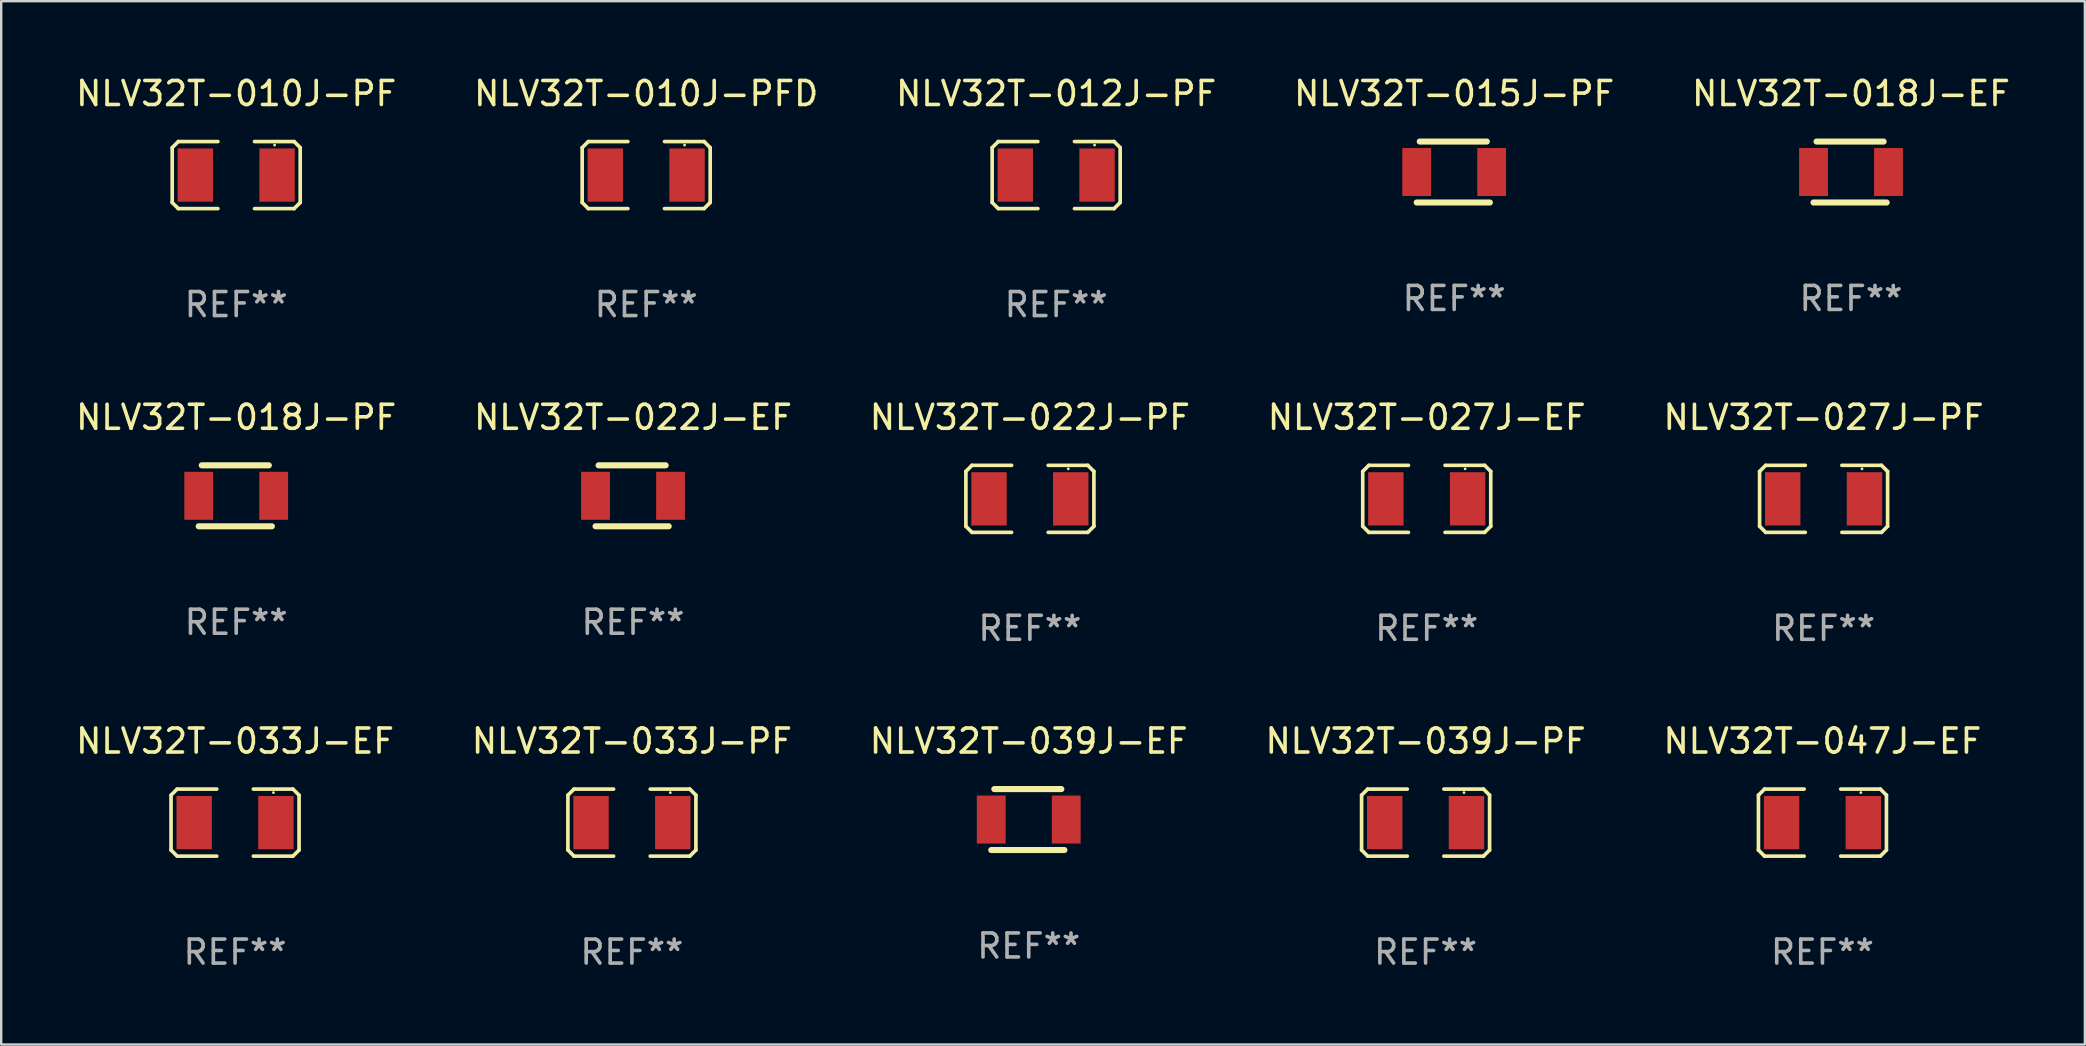
<source format=kicad_pcb>
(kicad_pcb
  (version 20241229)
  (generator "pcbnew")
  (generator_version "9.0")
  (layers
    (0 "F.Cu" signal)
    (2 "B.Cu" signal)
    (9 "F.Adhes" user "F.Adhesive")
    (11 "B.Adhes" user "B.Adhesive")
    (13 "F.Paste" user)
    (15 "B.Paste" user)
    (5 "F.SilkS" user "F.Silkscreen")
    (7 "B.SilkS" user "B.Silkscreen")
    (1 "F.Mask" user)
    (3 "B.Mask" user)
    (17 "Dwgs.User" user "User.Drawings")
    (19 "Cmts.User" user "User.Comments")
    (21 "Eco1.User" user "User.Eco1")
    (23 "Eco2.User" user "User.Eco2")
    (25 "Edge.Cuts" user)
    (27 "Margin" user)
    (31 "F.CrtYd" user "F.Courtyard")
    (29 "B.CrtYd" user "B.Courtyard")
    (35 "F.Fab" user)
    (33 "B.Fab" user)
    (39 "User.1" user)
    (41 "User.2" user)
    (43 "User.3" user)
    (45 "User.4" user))
  (footprint "NLV32T-018J-EF"
    (layer "F.Cu")
    (at 74.077 4.118)
    (property "Reference" "NLV32T-018J-EF" (at 0 -3.27 0) (layer "F.SilkS") (effects (font (size 1 1) (thickness 0.15))))
    (attr through_hole)
    (fp_line (start -1.562 1.27) (end 1.486 1.27) (stroke (width 0.254) (type solid)) (layer "F.SilkS"))
    (fp_line (start -1.435 -1.27) (end 1.359 -1.27) (stroke (width 0.254) (type solid)) (layer "F.SilkS"))
    (fp_circle (center -1.6 1.25) (end -1.57 1.25) (stroke (width 0.06) (type solid)) (fill no) (layer "F.SilkS"))
    (fp_text user "REF**" (at 0 5.27 0) (layer "F.Fab") (effects (font (size 1 1) (thickness 0.15))))
    (pad "1" smd rect (at -1.562 0 180) (size 1.2 2) (layers "F.Cu" "F.Mask" "F.Paste"))
    (pad "2" smd rect (at 1.562 0 180) (size 1.2 2) (layers "F.Cu" "F.Mask" "F.Paste")))
  (footprint "NLV32T-033J-EF"
    (layer "F.Cu")
    (at 6.744 31.226)
    (property "Reference" "NLV32T-033J-EF" (at 0 -3.397 0) (layer "F.SilkS") (effects (font (size 1 1) (thickness 0.15))))
    (attr through_hole)
    (fp_line (start -2.667 -1.143) (end -2.413 -1.397) (stroke (width 0.152) (type solid)) (layer "F.SilkS"))
    (fp_line (start -2.667 1.143) (end -2.667 -1.143) (stroke (width 0.152) (type solid)) (layer "F.SilkS"))
    (fp_line (start -2.413 -1.397) (end -0.762 -1.397) (stroke (width 0.152) (type solid)) (layer "F.SilkS"))
    (fp_line (start -2.413 1.397) (end -2.667 1.143) (stroke (width 0.152) (type solid)) (layer "F.SilkS"))
    (fp_line (start -0.762 1.397) (end -2.413 1.397) (stroke (width 0.152) (type solid)) (layer "F.SilkS"))
    (fp_line (start 0.762 -1.397) (end 2.413 -1.397) (stroke (width 0.152) (type solid)) (layer "F.SilkS"))
    (fp_line (start 2.413 -1.397) (end 2.667 -1.143) (stroke (width 0.152) (type solid)) (layer "F.SilkS"))
    (fp_line (start 2.413 1.397) (end 0.762 1.397) (stroke (width 0.152) (type solid)) (layer "F.SilkS"))
    (fp_line (start 2.667 -1.143) (end 2.667 1.143) (stroke (width 0.152) (type solid)) (layer "F.SilkS"))
    (fp_line (start 2.667 1.143) (end 2.413 1.397) (stroke (width 0.152) (type solid)) (layer "F.SilkS"))
    (fp_circle (center 1.6 -1.25) (end 1.63 -1.25) (stroke (width 0.06) (type solid)) (fill no) (layer "F.SilkS"))
    (fp_text user "REF**" (at 0 5.397 0) (layer "F.Fab") (effects (font (size 1 1) (thickness 0.15))))
    (pad "1" smd rect (at 1.703 0) (size 1.474 2.22) (layers "F.Cu" "F.Mask" "F.Paste"))
    (pad "2" smd rect (at -1.703 0) (size 1.474 2.22) (layers "F.Cu" "F.Mask" "F.Paste")))
  (footprint "NLV32T-027J-EF"
    (layer "F.Cu")
    (at 56.399 17.736)
    (property "Reference" "NLV32T-027J-EF" (at 0 -3.397 0) (layer "F.SilkS") (effects (font (size 1 1) (thickness 0.15))))
    (attr through_hole)
    (fp_line (start -2.667 -1.143) (end -2.413 -1.397) (stroke (width 0.152) (type solid)) (layer "F.SilkS"))
    (fp_line (start -2.667 1.143) (end -2.667 -1.143) (stroke (width 0.152) (type solid)) (layer "F.SilkS"))
    (fp_line (start -2.413 -1.397) (end -0.762 -1.397) (stroke (width 0.152) (type solid)) (layer "F.SilkS"))
    (fp_line (start -2.413 1.397) (end -2.667 1.143) (stroke (width 0.152) (type solid)) (layer "F.SilkS"))
    (fp_line (start -0.762 1.397) (end -2.413 1.397) (stroke (width 0.152) (type solid)) (layer "F.SilkS"))
    (fp_line (start 0.762 -1.397) (end 2.413 -1.397) (stroke (width 0.152) (type solid)) (layer "F.SilkS"))
    (fp_line (start 2.413 -1.397) (end 2.667 -1.143) (stroke (width 0.152) (type solid)) (layer "F.SilkS"))
    (fp_line (start 2.413 1.397) (end 0.762 1.397) (stroke (width 0.152) (type solid)) (layer "F.SilkS"))
    (fp_line (start 2.667 -1.143) (end 2.667 1.143) (stroke (width 0.152) (type solid)) (layer "F.SilkS"))
    (fp_line (start 2.667 1.143) (end 2.413 1.397) (stroke (width 0.152) (type solid)) (layer "F.SilkS"))
    (fp_circle (center 1.6 -1.25) (end 1.63 -1.25) (stroke (width 0.06) (type solid)) (fill no) (layer "F.SilkS"))
    (fp_text user "REF**" (at 0 5.397 0) (layer "F.Fab") (effects (font (size 1 1) (thickness 0.15))))
    (pad "1" smd rect (at 1.703 0) (size 1.474 2.22) (layers "F.Cu" "F.Mask" "F.Paste"))
    (pad "2" smd rect (at -1.703 0) (size 1.474 2.22) (layers "F.Cu" "F.Mask" "F.Paste")))
  (footprint "NLV32T-022J-PF"
    (layer "F.Cu")
    (at 39.863 17.736)
    (property "Reference" "NLV32T-022J-PF" (at 0 -3.397 0) (layer "F.SilkS") (effects (font (size 1 1) (thickness 0.15))))
    (attr through_hole)
    (fp_line (start -2.667 -1.143) (end -2.413 -1.397) (stroke (width 0.152) (type solid)) (layer "F.SilkS"))
    (fp_line (start -2.667 1.143) (end -2.667 -1.143) (stroke (width 0.152) (type solid)) (layer "F.SilkS"))
    (fp_line (start -2.413 -1.397) (end -0.762 -1.397) (stroke (width 0.152) (type solid)) (layer "F.SilkS"))
    (fp_line (start -2.413 1.397) (end -2.667 1.143) (stroke (width 0.152) (type solid)) (layer "F.SilkS"))
    (fp_line (start -0.762 1.397) (end -2.413 1.397) (stroke (width 0.152) (type solid)) (layer "F.SilkS"))
    (fp_line (start 0.762 -1.397) (end 2.413 -1.397) (stroke (width 0.152) (type solid)) (layer "F.SilkS"))
    (fp_line (start 2.413 -1.397) (end 2.667 -1.143) (stroke (width 0.152) (type solid)) (layer "F.SilkS"))
    (fp_line (start 2.413 1.397) (end 0.762 1.397) (stroke (width 0.152) (type solid)) (layer "F.SilkS"))
    (fp_line (start 2.667 -1.143) (end 2.667 1.143) (stroke (width 0.152) (type solid)) (layer "F.SilkS"))
    (fp_line (start 2.667 1.143) (end 2.413 1.397) (stroke (width 0.152) (type solid)) (layer "F.SilkS"))
    (fp_circle (center 1.6 -1.25) (end 1.63 -1.25) (stroke (width 0.06) (type solid)) (fill no) (layer "F.SilkS"))
    (fp_text user "REF**" (at 0 5.397 0) (layer "F.Fab") (effects (font (size 1 1) (thickness 0.15))))
    (pad "1" smd rect (at 1.703 0) (size 1.474 2.22) (layers "F.Cu" "F.Mask" "F.Paste"))
    (pad "2" smd rect (at -1.703 0) (size 1.474 2.22) (layers "F.Cu" "F.Mask" "F.Paste")))
  (footprint "NLV32T-018J-PF"
    (layer "F.Cu")
    (at 6.792 17.609)
    (property "Reference" "NLV32T-018J-PF" (at 0 -3.27 0) (layer "F.SilkS") (effects (font (size 1 1) (thickness 0.15))))
    (attr through_hole)
    (fp_line (start -1.562 1.27) (end 1.486 1.27) (stroke (width 0.254) (type solid)) (layer "F.SilkS"))
    (fp_line (start -1.435 -1.27) (end 1.359 -1.27) (stroke (width 0.254) (type solid)) (layer "F.SilkS"))
    (fp_circle (center -1.6 1.25) (end -1.57 1.25) (stroke (width 0.06) (type solid)) (fill no) (layer "F.SilkS"))
    (fp_text user "REF**" (at 0 5.27 0) (layer "F.Fab") (effects (font (size 1 1) (thickness 0.15))))
    (pad "1" smd rect (at -1.562 0 180) (size 1.2 2) (layers "F.Cu" "F.Mask" "F.Paste"))
    (pad "2" smd rect (at 1.562 0 180) (size 1.2 2) (layers "F.Cu" "F.Mask" "F.Paste")))
  (footprint "NLV32T-033J-PF"
    (layer "F.Cu")
    (at 23.28 31.226)
    (property "Reference" "NLV32T-033J-PF" (at 0 -3.397 0) (layer "F.SilkS") (effects (font (size 1 1) (thickness 0.15))))
    (attr through_hole)
    (fp_line (start -2.667 -1.143) (end -2.413 -1.397) (stroke (width 0.152) (type solid)) (layer "F.SilkS"))
    (fp_line (start -2.667 1.143) (end -2.667 -1.143) (stroke (width 0.152) (type solid)) (layer "F.SilkS"))
    (fp_line (start -2.413 -1.397) (end -0.762 -1.397) (stroke (width 0.152) (type solid)) (layer "F.SilkS"))
    (fp_line (start -2.413 1.397) (end -2.667 1.143) (stroke (width 0.152) (type solid)) (layer "F.SilkS"))
    (fp_line (start -0.762 1.397) (end -2.413 1.397) (stroke (width 0.152) (type solid)) (layer "F.SilkS"))
    (fp_line (start 0.762 -1.397) (end 2.413 -1.397) (stroke (width 0.152) (type solid)) (layer "F.SilkS"))
    (fp_line (start 2.413 -1.397) (end 2.667 -1.143) (stroke (width 0.152) (type solid)) (layer "F.SilkS"))
    (fp_line (start 2.413 1.397) (end 0.762 1.397) (stroke (width 0.152) (type solid)) (layer "F.SilkS"))
    (fp_line (start 2.667 -1.143) (end 2.667 1.143) (stroke (width 0.152) (type solid)) (layer "F.SilkS"))
    (fp_line (start 2.667 1.143) (end 2.413 1.397) (stroke (width 0.152) (type solid)) (layer "F.SilkS"))
    (fp_circle (center 1.6 -1.25) (end 1.63 -1.25) (stroke (width 0.06) (type solid)) (fill no) (layer "F.SilkS"))
    (fp_text user "REF**" (at 0 5.397 0) (layer "F.Fab") (effects (font (size 1 1) (thickness 0.15))))
    (pad "1" smd rect (at 1.703 0) (size 1.474 2.22) (layers "F.Cu" "F.Mask" "F.Paste"))
    (pad "2" smd rect (at -1.703 0) (size 1.474 2.22) (layers "F.Cu" "F.Mask" "F.Paste")))
  (footprint "NLV32T-039J-EF"
    (layer "F.Cu")
    (at 39.815 31.099)
    (property "Reference" "NLV32T-039J-EF" (at 0 -3.27 0) (layer "F.SilkS") (effects (font (size 1 1) (thickness 0.15))))
    (attr through_hole)
    (fp_line (start -1.562 1.27) (end 1.486 1.27) (stroke (width 0.254) (type solid)) (layer "F.SilkS"))
    (fp_line (start -1.435 -1.27) (end 1.359 -1.27) (stroke (width 0.254) (type solid)) (layer "F.SilkS"))
    (fp_circle (center -1.6 1.25) (end -1.57 1.25) (stroke (width 0.06) (type solid)) (fill no) (layer "F.SilkS"))
    (fp_text user "REF**" (at 0 5.27 0) (layer "F.Fab") (effects (font (size 1 1) (thickness 0.15))))
    (pad "1" smd rect (at -1.562 0 180) (size 1.2 2) (layers "F.Cu" "F.Mask" "F.Paste"))
    (pad "2" smd rect (at 1.562 0 180) (size 1.2 2) (layers "F.Cu" "F.Mask" "F.Paste")))
  (footprint "NLV32T-010J-PF"
    (layer "F.Cu")
    (at 6.792 4.245)
    (property "Reference" "NLV32T-010J-PF" (at 0 -3.397 0) (layer "F.SilkS") (effects (font (size 1 1) (thickness 0.15))))
    (attr through_hole)
    (fp_line (start -2.667 -1.143) (end -2.413 -1.397) (stroke (width 0.152) (type solid)) (layer "F.SilkS"))
    (fp_line (start -2.667 1.143) (end -2.667 -1.143) (stroke (width 0.152) (type solid)) (layer "F.SilkS"))
    (fp_line (start -2.413 -1.397) (end -0.762 -1.397) (stroke (width 0.152) (type solid)) (layer "F.SilkS"))
    (fp_line (start -2.413 1.397) (end -2.667 1.143) (stroke (width 0.152) (type solid)) (layer "F.SilkS"))
    (fp_line (start -0.762 1.397) (end -2.413 1.397) (stroke (width 0.152) (type solid)) (layer "F.SilkS"))
    (fp_line (start 0.762 -1.397) (end 2.413 -1.397) (stroke (width 0.152) (type solid)) (layer "F.SilkS"))
    (fp_line (start 2.413 -1.397) (end 2.667 -1.143) (stroke (width 0.152) (type solid)) (layer "F.SilkS"))
    (fp_line (start 2.413 1.397) (end 0.762 1.397) (stroke (width 0.152) (type solid)) (layer "F.SilkS"))
    (fp_line (start 2.667 -1.143) (end 2.667 1.143) (stroke (width 0.152) (type solid)) (layer "F.SilkS"))
    (fp_line (start 2.667 1.143) (end 2.413 1.397) (stroke (width 0.152) (type solid)) (layer "F.SilkS"))
    (fp_circle (center 1.6 -1.25) (end 1.63 -1.25) (stroke (width 0.06) (type solid)) (fill no) (layer "F.SilkS"))
    (fp_text user "REF**" (at 0 5.397 0) (layer "F.Fab") (effects (font (size 1 1) (thickness 0.15))))
    (pad "1" smd rect (at 1.703 0) (size 1.474 2.22) (layers "F.Cu" "F.Mask" "F.Paste"))
    (pad "2" smd rect (at -1.703 0) (size 1.474 2.22) (layers "F.Cu" "F.Mask" "F.Paste")))
  (footprint "NLV32T-022J-EF"
    (layer "F.Cu")
    (at 23.327 17.609)
    (property "Reference" "NLV32T-022J-EF" (at 0 -3.27 0) (layer "F.SilkS") (effects (font (size 1 1) (thickness 0.15))))
    (attr through_hole)
    (fp_line (start -1.562 1.27) (end 1.486 1.27) (stroke (width 0.254) (type solid)) (layer "F.SilkS"))
    (fp_line (start -1.435 -1.27) (end 1.359 -1.27) (stroke (width 0.254) (type solid)) (layer "F.SilkS"))
    (fp_circle (center -1.6 1.25) (end -1.57 1.25) (stroke (width 0.06) (type solid)) (fill no) (layer "F.SilkS"))
    (fp_text user "REF**" (at 0 5.27 0) (layer "F.Fab") (effects (font (size 1 1) (thickness 0.15))))
    (pad "1" smd rect (at -1.562 0 180) (size 1.2 2) (layers "F.Cu" "F.Mask" "F.Paste"))
    (pad "2" smd rect (at 1.562 0 180) (size 1.2 2) (layers "F.Cu" "F.Mask" "F.Paste")))
  (footprint "NLV32T-015J-PF"
    (layer "F.Cu")
    (at 57.542 4.118)
    (property "Reference" "NLV32T-015J-PF" (at 0 -3.27 0) (layer "F.SilkS") (effects (font (size 1 1) (thickness 0.15))))
    (attr through_hole)
    (fp_line (start -1.562 1.27) (end 1.486 1.27) (stroke (width 0.254) (type solid)) (layer "F.SilkS"))
    (fp_line (start -1.435 -1.27) (end 1.359 -1.27) (stroke (width 0.254) (type solid)) (layer "F.SilkS"))
    (fp_circle (center -1.6 1.25) (end -1.57 1.25) (stroke (width 0.06) (type solid)) (fill no) (layer "F.SilkS"))
    (fp_text user "REF**" (at 0 5.27 0) (layer "F.Fab") (effects (font (size 1 1) (thickness 0.15))))
    (pad "1" smd rect (at -1.562 0 180) (size 1.2 2) (layers "F.Cu" "F.Mask" "F.Paste"))
    (pad "2" smd rect (at 1.562 0 180) (size 1.2 2) (layers "F.Cu" "F.Mask" "F.Paste")))
  (footprint "NLV32T-010J-PFD"
    (layer "F.Cu")
    (at 23.875 4.245)
    (property "Reference" "NLV32T-010J-PFD" (at 0 -3.397 0) (layer "F.SilkS") (effects (font (size 1 1) (thickness 0.15))))
    (attr through_hole)
    (fp_line (start -2.667 -1.143) (end -2.413 -1.397) (stroke (width 0.152) (type solid)) (layer "F.SilkS"))
    (fp_line (start -2.667 1.143) (end -2.667 -1.143) (stroke (width 0.152) (type solid)) (layer "F.SilkS"))
    (fp_line (start -2.413 -1.397) (end -0.762 -1.397) (stroke (width 0.152) (type solid)) (layer "F.SilkS"))
    (fp_line (start -2.413 1.397) (end -2.667 1.143) (stroke (width 0.152) (type solid)) (layer "F.SilkS"))
    (fp_line (start -0.762 1.397) (end -2.413 1.397) (stroke (width 0.152) (type solid)) (layer "F.SilkS"))
    (fp_line (start 0.762 -1.397) (end 2.413 -1.397) (stroke (width 0.152) (type solid)) (layer "F.SilkS"))
    (fp_line (start 2.413 -1.397) (end 2.667 -1.143) (stroke (width 0.152) (type solid)) (layer "F.SilkS"))
    (fp_line (start 2.413 1.397) (end 0.762 1.397) (stroke (width 0.152) (type solid)) (layer "F.SilkS"))
    (fp_line (start 2.667 -1.143) (end 2.667 1.143) (stroke (width 0.152) (type solid)) (layer "F.SilkS"))
    (fp_line (start 2.667 1.143) (end 2.413 1.397) (stroke (width 0.152) (type solid)) (layer "F.SilkS"))
    (fp_circle (center 1.6 -1.25) (end 1.63 -1.25) (stroke (width 0.06) (type solid)) (fill no) (layer "F.SilkS"))
    (fp_text user "REF**" (at 0 5.397 0) (layer "F.Fab") (effects (font (size 1 1) (thickness 0.15))))
    (pad "1" smd rect (at 1.703 0) (size 1.474 2.22) (layers "F.Cu" "F.Mask" "F.Paste"))
    (pad "2" smd rect (at -1.703 0) (size 1.474 2.22) (layers "F.Cu" "F.Mask" "F.Paste")))
  (footprint "NLV32T-027J-PF"
    (layer "F.Cu")
    (at 72.935 17.736)
    (property "Reference" "NLV32T-027J-PF" (at 0 -3.397 0) (layer "F.SilkS") (effects (font (size 1 1) (thickness 0.15))))
    (attr through_hole)
    (fp_line (start -2.667 -1.143) (end -2.413 -1.397) (stroke (width 0.152) (type solid)) (layer "F.SilkS"))
    (fp_line (start -2.667 1.143) (end -2.667 -1.143) (stroke (width 0.152) (type solid)) (layer "F.SilkS"))
    (fp_line (start -2.413 -1.397) (end -0.762 -1.397) (stroke (width 0.152) (type solid)) (layer "F.SilkS"))
    (fp_line (start -2.413 1.397) (end -2.667 1.143) (stroke (width 0.152) (type solid)) (layer "F.SilkS"))
    (fp_line (start -0.762 1.397) (end -2.413 1.397) (stroke (width 0.152) (type solid)) (layer "F.SilkS"))
    (fp_line (start 0.762 -1.397) (end 2.413 -1.397) (stroke (width 0.152) (type solid)) (layer "F.SilkS"))
    (fp_line (start 2.413 -1.397) (end 2.667 -1.143) (stroke (width 0.152) (type solid)) (layer "F.SilkS"))
    (fp_line (start 2.413 1.397) (end 0.762 1.397) (stroke (width 0.152) (type solid)) (layer "F.SilkS"))
    (fp_line (start 2.667 -1.143) (end 2.667 1.143) (stroke (width 0.152) (type solid)) (layer "F.SilkS"))
    (fp_line (start 2.667 1.143) (end 2.413 1.397) (stroke (width 0.152) (type solid)) (layer "F.SilkS"))
    (fp_circle (center 1.6 -1.25) (end 1.63 -1.25) (stroke (width 0.06) (type solid)) (fill no) (layer "F.SilkS"))
    (fp_text user "REF**" (at 0 5.397 0) (layer "F.Fab") (effects (font (size 1 1) (thickness 0.15))))
    (pad "1" smd rect (at 1.703 0) (size 1.474 2.22) (layers "F.Cu" "F.Mask" "F.Paste"))
    (pad "2" smd rect (at -1.703 0) (size 1.474 2.22) (layers "F.Cu" "F.Mask" "F.Paste")))
  (footprint "NLV32T-039J-PF"
    (layer "F.Cu")
    (at 56.351 31.226)
    (property "Reference" "NLV32T-039J-PF" (at 0 -3.397 0) (layer "F.SilkS") (effects (font (size 1 1) (thickness 0.15))))
    (attr through_hole)
    (fp_line (start -2.667 -1.143) (end -2.413 -1.397) (stroke (width 0.152) (type solid)) (layer "F.SilkS"))
    (fp_line (start -2.667 1.143) (end -2.667 -1.143) (stroke (width 0.152) (type solid)) (layer "F.SilkS"))
    (fp_line (start -2.413 -1.397) (end -0.762 -1.397) (stroke (width 0.152) (type solid)) (layer "F.SilkS"))
    (fp_line (start -2.413 1.397) (end -2.667 1.143) (stroke (width 0.152) (type solid)) (layer "F.SilkS"))
    (fp_line (start -0.762 1.397) (end -2.413 1.397) (stroke (width 0.152) (type solid)) (layer "F.SilkS"))
    (fp_line (start 0.762 -1.397) (end 2.413 -1.397) (stroke (width 0.152) (type solid)) (layer "F.SilkS"))
    (fp_line (start 2.413 -1.397) (end 2.667 -1.143) (stroke (width 0.152) (type solid)) (layer "F.SilkS"))
    (fp_line (start 2.413 1.397) (end 0.762 1.397) (stroke (width 0.152) (type solid)) (layer "F.SilkS"))
    (fp_line (start 2.667 -1.143) (end 2.667 1.143) (stroke (width 0.152) (type solid)) (layer "F.SilkS"))
    (fp_line (start 2.667 1.143) (end 2.413 1.397) (stroke (width 0.152) (type solid)) (layer "F.SilkS"))
    (fp_circle (center 1.6 -1.25) (end 1.63 -1.25) (stroke (width 0.06) (type solid)) (fill no) (layer "F.SilkS"))
    (fp_text user "REF**" (at 0 5.397 0) (layer "F.Fab") (effects (font (size 1 1) (thickness 0.15))))
    (pad "1" smd rect (at 1.703 0) (size 1.474 2.22) (layers "F.Cu" "F.Mask" "F.Paste"))
    (pad "2" smd rect (at -1.703 0) (size 1.474 2.22) (layers "F.Cu" "F.Mask" "F.Paste")))
  (footprint "NLV32T-012J-PF"
    (layer "F.Cu")
    (at 40.958 4.245)
    (property "Reference" "NLV32T-012J-PF" (at 0 -3.397 0) (layer "F.SilkS") (effects (font (size 1 1) (thickness 0.15))))
    (attr through_hole)
    (fp_line (start -2.667 -1.143) (end -2.413 -1.397) (stroke (width 0.152) (type solid)) (layer "F.SilkS"))
    (fp_line (start -2.667 1.143) (end -2.667 -1.143) (stroke (width 0.152) (type solid)) (layer "F.SilkS"))
    (fp_line (start -2.413 -1.397) (end -0.762 -1.397) (stroke (width 0.152) (type solid)) (layer "F.SilkS"))
    (fp_line (start -2.413 1.397) (end -2.667 1.143) (stroke (width 0.152) (type solid)) (layer "F.SilkS"))
    (fp_line (start -0.762 1.397) (end -2.413 1.397) (stroke (width 0.152) (type solid)) (layer "F.SilkS"))
    (fp_line (start 0.762 -1.397) (end 2.413 -1.397) (stroke (width 0.152) (type solid)) (layer "F.SilkS"))
    (fp_line (start 2.413 -1.397) (end 2.667 -1.143) (stroke (width 0.152) (type solid)) (layer "F.SilkS"))
    (fp_line (start 2.413 1.397) (end 0.762 1.397) (stroke (width 0.152) (type solid)) (layer "F.SilkS"))
    (fp_line (start 2.667 -1.143) (end 2.667 1.143) (stroke (width 0.152) (type solid)) (layer "F.SilkS"))
    (fp_line (start 2.667 1.143) (end 2.413 1.397) (stroke (width 0.152) (type solid)) (layer "F.SilkS"))
    (fp_circle (center 1.6 -1.25) (end 1.63 -1.25) (stroke (width 0.06) (type solid)) (fill no) (layer "F.SilkS"))
    (fp_text user "REF**" (at 0 5.397 0) (layer "F.Fab") (effects (font (size 1 1) (thickness 0.15))))
    (pad "1" smd rect (at 1.703 0) (size 1.474 2.22) (layers "F.Cu" "F.Mask" "F.Paste"))
    (pad "2" smd rect (at -1.703 0) (size 1.474 2.22) (layers "F.Cu" "F.Mask" "F.Paste")))
  (footprint "NLV32T-047J-EF"
    (layer "F.Cu")
    (at 72.887 31.226)
    (property "Reference" "NLV32T-047J-EF" (at 0 -3.397 0) (layer "F.SilkS") (effects (font (size 1 1) (thickness 0.15))))
    (attr through_hole)
    (fp_line (start -2.667 -1.143) (end -2.413 -1.397) (stroke (width 0.152) (type solid)) (layer "F.SilkS"))
    (fp_line (start -2.667 1.143) (end -2.667 -1.143) (stroke (width 0.152) (type solid)) (layer "F.SilkS"))
    (fp_line (start -2.413 -1.397) (end -0.762 -1.397) (stroke (width 0.152) (type solid)) (layer "F.SilkS"))
    (fp_line (start -2.413 1.397) (end -2.667 1.143) (stroke (width 0.152) (type solid)) (layer "F.SilkS"))
    (fp_line (start -0.762 1.397) (end -2.413 1.397) (stroke (width 0.152) (type solid)) (layer "F.SilkS"))
    (fp_line (start 0.762 -1.397) (end 2.413 -1.397) (stroke (width 0.152) (type solid)) (layer "F.SilkS"))
    (fp_line (start 2.413 -1.397) (end 2.667 -1.143) (stroke (width 0.152) (type solid)) (layer "F.SilkS"))
    (fp_line (start 2.413 1.397) (end 0.762 1.397) (stroke (width 0.152) (type solid)) (layer "F.SilkS"))
    (fp_line (start 2.667 -1.143) (end 2.667 1.143) (stroke (width 0.152) (type solid)) (layer "F.SilkS"))
    (fp_line (start 2.667 1.143) (end 2.413 1.397) (stroke (width 0.152) (type solid)) (layer "F.SilkS"))
    (fp_circle (center 1.6 -1.25) (end 1.63 -1.25) (stroke (width 0.06) (type solid)) (fill no) (layer "F.SilkS"))
    (fp_text user "REF**" (at 0 5.397 0) (layer "F.Fab") (effects (font (size 1 1) (thickness 0.15))))
    (pad "1" smd rect (at 1.703 0) (size 1.474 2.22) (layers "F.Cu" "F.Mask" "F.Paste"))
    (pad "2" smd rect (at -1.703 0) (size 1.474 2.22) (layers "F.Cu" "F.Mask" "F.Paste")))
  (gr_rect
    (start -3 -3)
    (end 83.821 40.472)
    (stroke (width 0.1) (type default))
    (fill no)
    (layer "Edge.Cuts")))
</source>
